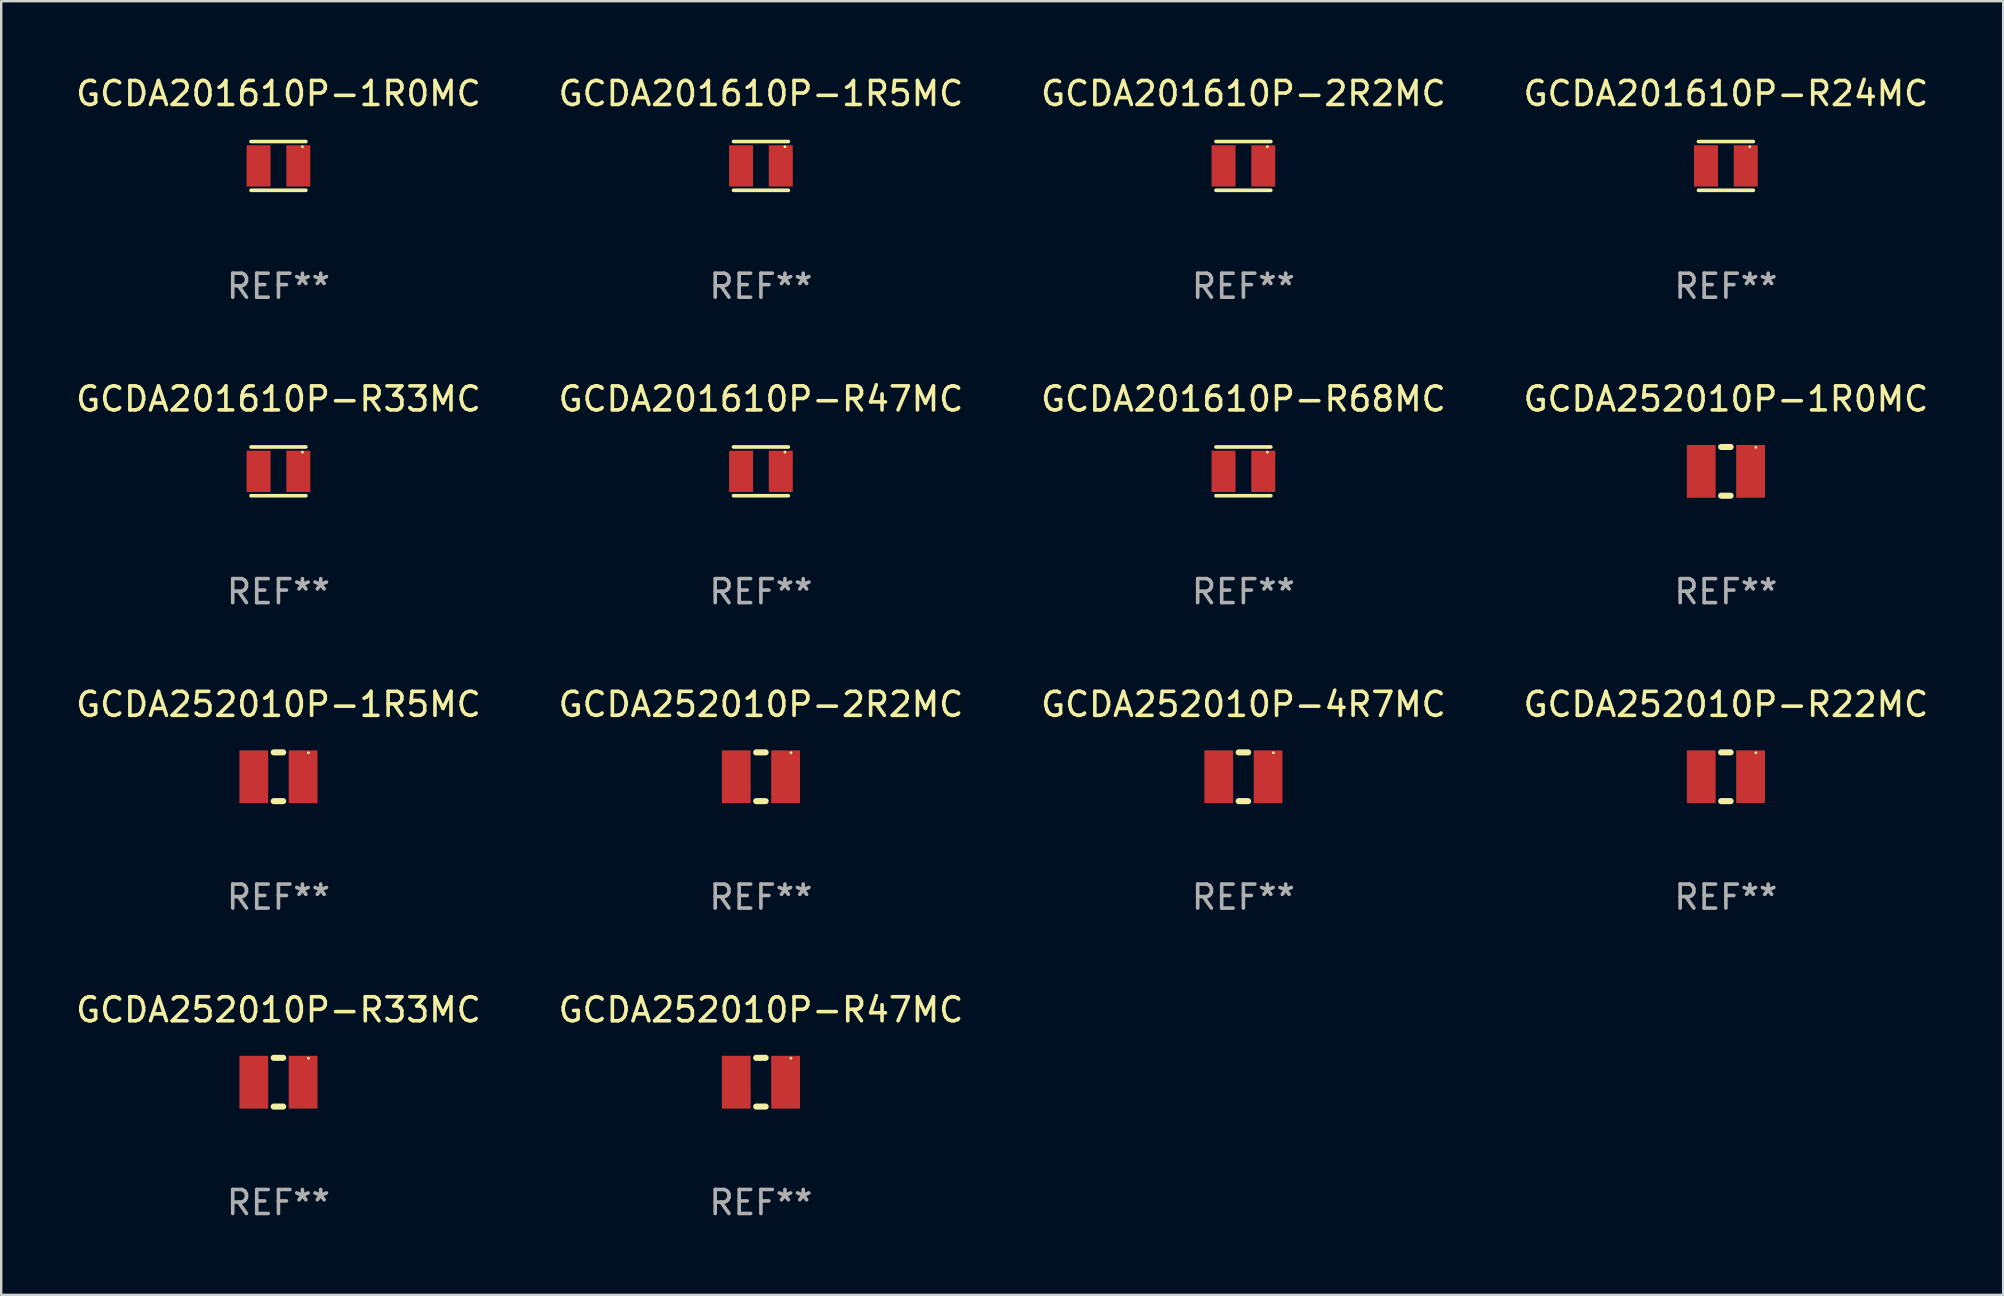
<source format=kicad_pcb>
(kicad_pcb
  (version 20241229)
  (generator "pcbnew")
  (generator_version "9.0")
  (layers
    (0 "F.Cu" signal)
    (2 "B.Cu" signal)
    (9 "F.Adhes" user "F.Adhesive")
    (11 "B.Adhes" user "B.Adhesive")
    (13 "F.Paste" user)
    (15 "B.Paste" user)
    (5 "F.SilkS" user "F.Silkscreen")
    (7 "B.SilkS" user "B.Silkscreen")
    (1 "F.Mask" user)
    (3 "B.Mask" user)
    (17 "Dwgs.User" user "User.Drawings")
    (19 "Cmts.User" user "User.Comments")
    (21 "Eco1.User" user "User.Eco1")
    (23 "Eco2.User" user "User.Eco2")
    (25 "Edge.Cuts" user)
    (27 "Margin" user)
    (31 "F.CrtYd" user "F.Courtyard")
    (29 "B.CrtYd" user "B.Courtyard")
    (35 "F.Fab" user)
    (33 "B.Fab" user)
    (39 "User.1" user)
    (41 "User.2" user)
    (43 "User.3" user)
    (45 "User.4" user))
  (footprint "GCDA201610P-R47MC"
    (layer "F.Cu")
    (at 28.661 16.593)
    (property "Reference" "GCDA201610P-R47MC" (at 0 -3.016 0) (layer "F.SilkS") (effects (font (size 1 1) (thickness 0.15))))
    (attr through_hole)
    (fp_line (start -1.143 -1.016) (end 1.143 -1.016) (stroke (width 0.152) (type solid)) (layer "F.SilkS"))
    (fp_line (start 1.143 1.016) (end -1.143 1.016) (stroke (width 0.152) (type solid)) (layer "F.SilkS"))
    (fp_circle (center 1 -0.8) (end 1.03 -0.8) (stroke (width 0.06) (type solid)) (fill no) (layer "F.SilkS"))
    (fp_text user "REF**" (at 0 5.016 0) (layer "F.Fab") (effects (font (size 1 1) (thickness 0.15))))
    (pad "1" smd rect (at 0.828 0) (size 1 1.72) (layers "F.Cu" "F.Mask" "F.Paste"))
    (pad "2" smd rect (at -0.828 0) (size 1 1.72) (layers "F.Cu" "F.Mask" "F.Paste")))
  (footprint "GCDA252010P-R22MC"
    (layer "F.Cu")
    (at 68.875 29.321)
    (property "Reference" "GCDA252010P-R22MC" (at 0 -3.016 0) (layer "F.SilkS") (effects (font (size 1 1) (thickness 0.15))))
    (attr through_hole)
    (fp_line (start -0.197 1.016) (end 0.197 1.016) (stroke (width 0.254) (type solid)) (layer "F.SilkS"))
    (fp_line (start 0.197 -1.016) (end -0.197 -1.016) (stroke (width 0.254) (type solid)) (layer "F.SilkS"))
    (fp_circle (center 1.25 -1) (end 1.28 -1) (stroke (width 0.06) (type solid)) (fill no) (layer "F.SilkS"))
    (fp_text user "REF**" (at 0 5.016 0) (layer "F.Fab") (effects (font (size 1 1) (thickness 0.15))))
    (pad "1" smd rect (at 1.028 0) (size 1.2 2.2) (layers "F.Cu" "F.Mask" "F.Paste"))
    (pad "2" smd rect (at -1.028 0) (size 1.2 2.2) (layers "F.Cu" "F.Mask" "F.Paste")))
  (footprint "GCDA252010P-1R5MC"
    (layer "F.Cu")
    (at 8.554 29.321)
    (property "Reference" "GCDA252010P-1R5MC" (at 0 -3.016 0) (layer "F.SilkS") (effects (font (size 1 1) (thickness 0.15))))
    (attr through_hole)
    (fp_line (start -0.197 1.016) (end 0.197 1.016) (stroke (width 0.254) (type solid)) (layer "F.SilkS"))
    (fp_line (start 0.197 -1.016) (end -0.197 -1.016) (stroke (width 0.254) (type solid)) (layer "F.SilkS"))
    (fp_circle (center 1.25 -1) (end 1.28 -1) (stroke (width 0.06) (type solid)) (fill no) (layer "F.SilkS"))
    (fp_text user "REF**" (at 0 5.016 0) (layer "F.Fab") (effects (font (size 1 1) (thickness 0.15))))
    (pad "1" smd rect (at 1.028 0) (size 1.2 2.2) (layers "F.Cu" "F.Mask" "F.Paste"))
    (pad "2" smd rect (at -1.028 0) (size 1.2 2.2) (layers "F.Cu" "F.Mask" "F.Paste")))
  (footprint "GCDA201610P-1R5MC"
    (layer "F.Cu")
    (at 28.661 3.864)
    (property "Reference" "GCDA201610P-1R5MC" (at 0 -3.016 0) (layer "F.SilkS") (effects (font (size 1 1) (thickness 0.15))))
    (attr through_hole)
    (fp_line (start -1.143 -1.016) (end 1.143 -1.016) (stroke (width 0.152) (type solid)) (layer "F.SilkS"))
    (fp_line (start 1.143 1.016) (end -1.143 1.016) (stroke (width 0.152) (type solid)) (layer "F.SilkS"))
    (fp_circle (center 1 -0.8) (end 1.03 -0.8) (stroke (width 0.06) (type solid)) (fill no) (layer "F.SilkS"))
    (fp_text user "REF**" (at 0 5.016 0) (layer "F.Fab") (effects (font (size 1 1) (thickness 0.15))))
    (pad "1" smd rect (at 0.828 0) (size 1 1.72) (layers "F.Cu" "F.Mask" "F.Paste"))
    (pad "2" smd rect (at -0.828 0) (size 1 1.72) (layers "F.Cu" "F.Mask" "F.Paste")))
  (footprint "GCDA252010P-R47MC"
    (layer "F.Cu")
    (at 28.661 42.05)
    (property "Reference" "GCDA252010P-R47MC" (at 0 -3.016 0) (layer "F.SilkS") (effects (font (size 1 1) (thickness 0.15))))
    (attr through_hole)
    (fp_line (start -0.197 1.016) (end 0.197 1.016) (stroke (width 0.254) (type solid)) (layer "F.SilkS"))
    (fp_line (start 0.197 -1.016) (end -0.197 -1.016) (stroke (width 0.254) (type solid)) (layer "F.SilkS"))
    (fp_circle (center 1.25 -1) (end 1.28 -1) (stroke (width 0.06) (type solid)) (fill no) (layer "F.SilkS"))
    (fp_text user "REF**" (at 0 5.016 0) (layer "F.Fab") (effects (font (size 1 1) (thickness 0.15))))
    (pad "1" smd rect (at 1.028 0) (size 1.2 2.2) (layers "F.Cu" "F.Mask" "F.Paste"))
    (pad "2" smd rect (at -1.028 0) (size 1.2 2.2) (layers "F.Cu" "F.Mask" "F.Paste")))
  (footprint "GCDA201610P-R68MC"
    (layer "F.Cu")
    (at 48.768 16.593)
    (property "Reference" "GCDA201610P-R68MC" (at 0 -3.016 0) (layer "F.SilkS") (effects (font (size 1 1) (thickness 0.15))))
    (attr through_hole)
    (fp_line (start -1.143 -1.016) (end 1.143 -1.016) (stroke (width 0.152) (type solid)) (layer "F.SilkS"))
    (fp_line (start 1.143 1.016) (end -1.143 1.016) (stroke (width 0.152) (type solid)) (layer "F.SilkS"))
    (fp_circle (center 1 -0.8) (end 1.03 -0.8) (stroke (width 0.06) (type solid)) (fill no) (layer "F.SilkS"))
    (fp_text user "REF**" (at 0 5.016 0) (layer "F.Fab") (effects (font (size 1 1) (thickness 0.15))))
    (pad "1" smd rect (at 0.828 0) (size 1 1.72) (layers "F.Cu" "F.Mask" "F.Paste"))
    (pad "2" smd rect (at -0.828 0) (size 1 1.72) (layers "F.Cu" "F.Mask" "F.Paste")))
  (footprint "GCDA201610P-1R0MC"
    (layer "F.Cu")
    (at 8.554 3.864)
    (property "Reference" "GCDA201610P-1R0MC" (at 0 -3.016 0) (layer "F.SilkS") (effects (font (size 1 1) (thickness 0.15))))
    (attr through_hole)
    (fp_line (start -1.143 -1.016) (end 1.143 -1.016) (stroke (width 0.152) (type solid)) (layer "F.SilkS"))
    (fp_line (start 1.143 1.016) (end -1.143 1.016) (stroke (width 0.152) (type solid)) (layer "F.SilkS"))
    (fp_circle (center 1 -0.8) (end 1.03 -0.8) (stroke (width 0.06) (type solid)) (fill no) (layer "F.SilkS"))
    (fp_text user "REF**" (at 0 5.016 0) (layer "F.Fab") (effects (font (size 1 1) (thickness 0.15))))
    (pad "1" smd rect (at 0.828 0) (size 1 1.72) (layers "F.Cu" "F.Mask" "F.Paste"))
    (pad "2" smd rect (at -0.828 0) (size 1 1.72) (layers "F.Cu" "F.Mask" "F.Paste")))
  (footprint "GCDA201610P-R24MC"
    (layer "F.Cu")
    (at 68.875 3.864)
    (property "Reference" "GCDA201610P-R24MC" (at 0 -3.016 0) (layer "F.SilkS") (effects (font (size 1 1) (thickness 0.15))))
    (attr through_hole)
    (fp_line (start -1.143 -1.016) (end 1.143 -1.016) (stroke (width 0.152) (type solid)) (layer "F.SilkS"))
    (fp_line (start 1.143 1.016) (end -1.143 1.016) (stroke (width 0.152) (type solid)) (layer "F.SilkS"))
    (fp_circle (center 1 -0.8) (end 1.03 -0.8) (stroke (width 0.06) (type solid)) (fill no) (layer "F.SilkS"))
    (fp_text user "REF**" (at 0 5.016 0) (layer "F.Fab") (effects (font (size 1 1) (thickness 0.15))))
    (pad "1" smd rect (at 0.828 0) (size 1 1.72) (layers "F.Cu" "F.Mask" "F.Paste"))
    (pad "2" smd rect (at -0.828 0) (size 1 1.72) (layers "F.Cu" "F.Mask" "F.Paste")))
  (footprint "GCDA201610P-R33MC"
    (layer "F.Cu")
    (at 8.554 16.593)
    (property "Reference" "GCDA201610P-R33MC" (at 0 -3.016 0) (layer "F.SilkS") (effects (font (size 1 1) (thickness 0.15))))
    (attr through_hole)
    (fp_line (start -1.143 -1.016) (end 1.143 -1.016) (stroke (width 0.152) (type solid)) (layer "F.SilkS"))
    (fp_line (start 1.143 1.016) (end -1.143 1.016) (stroke (width 0.152) (type solid)) (layer "F.SilkS"))
    (fp_circle (center 1 -0.8) (end 1.03 -0.8) (stroke (width 0.06) (type solid)) (fill no) (layer "F.SilkS"))
    (fp_text user "REF**" (at 0 5.016 0) (layer "F.Fab") (effects (font (size 1 1) (thickness 0.15))))
    (pad "1" smd rect (at 0.828 0) (size 1 1.72) (layers "F.Cu" "F.Mask" "F.Paste"))
    (pad "2" smd rect (at -0.828 0) (size 1 1.72) (layers "F.Cu" "F.Mask" "F.Paste")))
  (footprint "GCDA252010P-R33MC"
    (layer "F.Cu")
    (at 8.554 42.05)
    (property "Reference" "GCDA252010P-R33MC" (at 0 -3.016 0) (layer "F.SilkS") (effects (font (size 1 1) (thickness 0.15))))
    (attr through_hole)
    (fp_line (start -0.197 1.016) (end 0.197 1.016) (stroke (width 0.254) (type solid)) (layer "F.SilkS"))
    (fp_line (start 0.197 -1.016) (end -0.197 -1.016) (stroke (width 0.254) (type solid)) (layer "F.SilkS"))
    (fp_circle (center 1.25 -1) (end 1.28 -1) (stroke (width 0.06) (type solid)) (fill no) (layer "F.SilkS"))
    (fp_text user "REF**" (at 0 5.016 0) (layer "F.Fab") (effects (font (size 1 1) (thickness 0.15))))
    (pad "1" smd rect (at 1.028 0) (size 1.2 2.2) (layers "F.Cu" "F.Mask" "F.Paste"))
    (pad "2" smd rect (at -1.028 0) (size 1.2 2.2) (layers "F.Cu" "F.Mask" "F.Paste")))
  (footprint "GCDA252010P-4R7MC"
    (layer "F.Cu")
    (at 48.768 29.321)
    (property "Reference" "GCDA252010P-4R7MC" (at 0 -3.016 0) (layer "F.SilkS") (effects (font (size 1 1) (thickness 0.15))))
    (attr through_hole)
    (fp_line (start -0.197 1.016) (end 0.197 1.016) (stroke (width 0.254) (type solid)) (layer "F.SilkS"))
    (fp_line (start 0.197 -1.016) (end -0.197 -1.016) (stroke (width 0.254) (type solid)) (layer "F.SilkS"))
    (fp_circle (center 1.25 -1) (end 1.28 -1) (stroke (width 0.06) (type solid)) (fill no) (layer "F.SilkS"))
    (fp_text user "REF**" (at 0 5.016 0) (layer "F.Fab") (effects (font (size 1 1) (thickness 0.15))))
    (pad "1" smd rect (at 1.028 0) (size 1.2 2.2) (layers "F.Cu" "F.Mask" "F.Paste"))
    (pad "2" smd rect (at -1.028 0) (size 1.2 2.2) (layers "F.Cu" "F.Mask" "F.Paste")))
  (footprint "GCDA252010P-2R2MC"
    (layer "F.Cu")
    (at 28.661 29.321)
    (property "Reference" "GCDA252010P-2R2MC" (at 0 -3.016 0) (layer "F.SilkS") (effects (font (size 1 1) (thickness 0.15))))
    (attr through_hole)
    (fp_line (start -0.197 1.016) (end 0.197 1.016) (stroke (width 0.254) (type solid)) (layer "F.SilkS"))
    (fp_line (start 0.197 -1.016) (end -0.197 -1.016) (stroke (width 0.254) (type solid)) (layer "F.SilkS"))
    (fp_circle (center 1.25 -1) (end 1.28 -1) (stroke (width 0.06) (type solid)) (fill no) (layer "F.SilkS"))
    (fp_text user "REF**" (at 0 5.016 0) (layer "F.Fab") (effects (font (size 1 1) (thickness 0.15))))
    (pad "1" smd rect (at 1.028 0) (size 1.2 2.2) (layers "F.Cu" "F.Mask" "F.Paste"))
    (pad "2" smd rect (at -1.028 0) (size 1.2 2.2) (layers "F.Cu" "F.Mask" "F.Paste")))
  (footprint "GCDA201610P-2R2MC"
    (layer "F.Cu")
    (at 48.768 3.864)
    (property "Reference" "GCDA201610P-2R2MC" (at 0 -3.016 0) (layer "F.SilkS") (effects (font (size 1 1) (thickness 0.15))))
    (attr through_hole)
    (fp_line (start -1.143 -1.016) (end 1.143 -1.016) (stroke (width 0.152) (type solid)) (layer "F.SilkS"))
    (fp_line (start 1.143 1.016) (end -1.143 1.016) (stroke (width 0.152) (type solid)) (layer "F.SilkS"))
    (fp_circle (center 1 -0.8) (end 1.03 -0.8) (stroke (width 0.06) (type solid)) (fill no) (layer "F.SilkS"))
    (fp_text user "REF**" (at 0 5.016 0) (layer "F.Fab") (effects (font (size 1 1) (thickness 0.15))))
    (pad "1" smd rect (at 0.828 0) (size 1 1.72) (layers "F.Cu" "F.Mask" "F.Paste"))
    (pad "2" smd rect (at -0.828 0) (size 1 1.72) (layers "F.Cu" "F.Mask" "F.Paste")))
  (footprint "GCDA252010P-1R0MC"
    (layer "F.Cu")
    (at 68.875 16.593)
    (property "Reference" "GCDA252010P-1R0MC" (at 0 -3.016 0) (layer "F.SilkS") (effects (font (size 1 1) (thickness 0.15))))
    (attr through_hole)
    (fp_line (start -0.197 1.016) (end 0.197 1.016) (stroke (width 0.254) (type solid)) (layer "F.SilkS"))
    (fp_line (start 0.197 -1.016) (end -0.197 -1.016) (stroke (width 0.254) (type solid)) (layer "F.SilkS"))
    (fp_circle (center 1.25 -1) (end 1.28 -1) (stroke (width 0.06) (type solid)) (fill no) (layer "F.SilkS"))
    (fp_text user "REF**" (at 0 5.016 0) (layer "F.Fab") (effects (font (size 1 1) (thickness 0.15))))
    (pad "1" smd rect (at 1.028 0) (size 1.2 2.2) (layers "F.Cu" "F.Mask" "F.Paste"))
    (pad "2" smd rect (at -1.028 0) (size 1.2 2.2) (layers "F.Cu" "F.Mask" "F.Paste")))
  (gr_rect
    (start -3 -3)
    (end 80.429 50.914)
    (stroke (width 0.1) (type default))
    (fill no)
    (layer "Edge.Cuts")))
</source>
